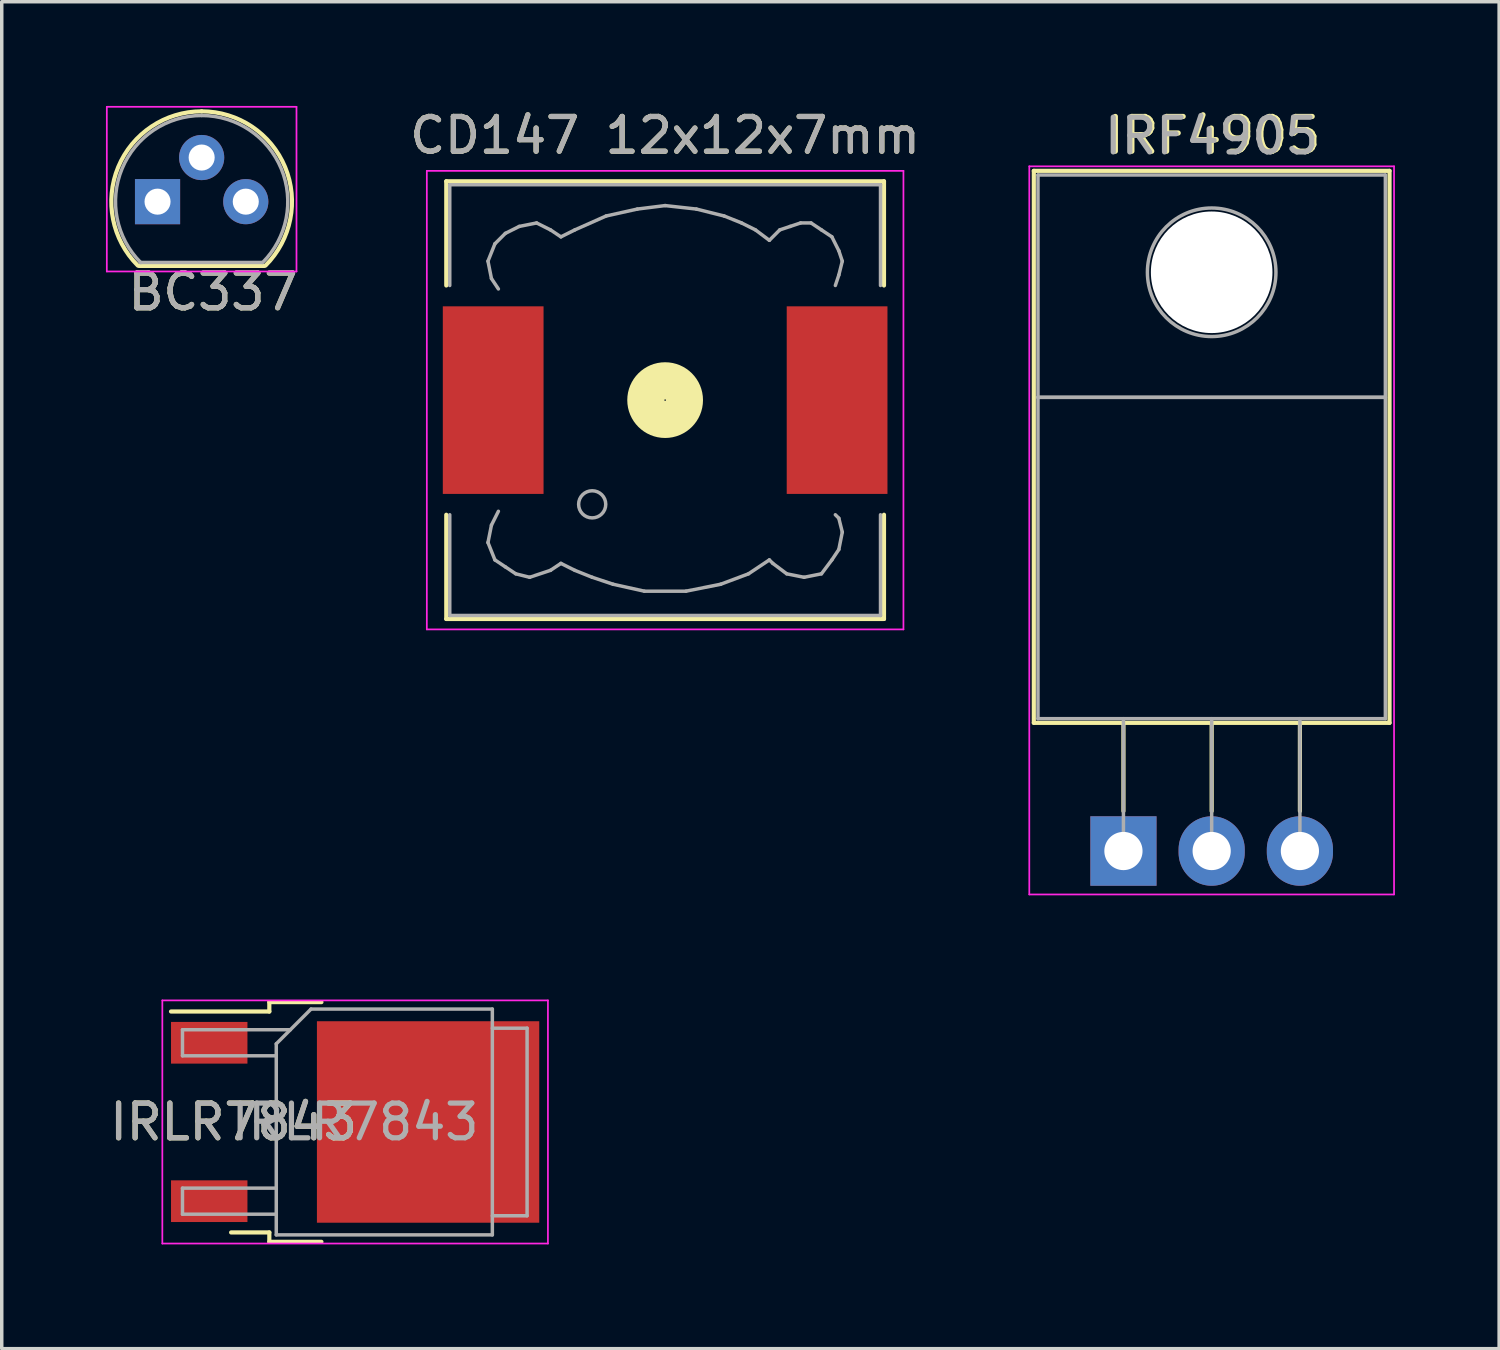
<source format=kicad_pcb>
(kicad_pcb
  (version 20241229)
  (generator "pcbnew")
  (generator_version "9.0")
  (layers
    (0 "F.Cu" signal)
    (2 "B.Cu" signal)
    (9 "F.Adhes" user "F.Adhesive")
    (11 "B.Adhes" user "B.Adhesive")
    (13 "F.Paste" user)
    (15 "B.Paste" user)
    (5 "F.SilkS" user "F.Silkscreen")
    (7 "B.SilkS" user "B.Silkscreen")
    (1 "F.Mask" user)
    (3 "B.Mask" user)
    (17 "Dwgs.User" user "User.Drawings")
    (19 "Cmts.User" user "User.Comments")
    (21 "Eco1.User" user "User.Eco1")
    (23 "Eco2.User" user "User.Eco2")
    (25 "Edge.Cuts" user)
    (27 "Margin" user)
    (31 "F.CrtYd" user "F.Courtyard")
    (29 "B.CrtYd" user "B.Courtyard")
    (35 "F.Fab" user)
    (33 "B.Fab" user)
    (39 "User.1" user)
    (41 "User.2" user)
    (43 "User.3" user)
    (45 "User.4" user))
  (footprint "BC337"
    (layer "F.Cu")
    (at 1.485 2.755)
    (property "Reference" "BC337" (at 1.6 2.6 0) (unlocked yes) (layer "F.SilkS") (effects (font (size 1 1) (thickness 0.15))))
    (attr through_hole)
    (fp_line (start -0.53 1.85) (end 3.07 1.85) (stroke (width 0.12) (type solid)) (layer "F.SilkS"))
    (fp_arc (start -0.568478 1.838478) (mid -1.132087 -0.994977) (end 1.27 -2.6) (stroke (width 0.12) (type solid)) (layer "F.SilkS"))
    (fp_arc (start 1.27 -2.6) (mid 3.672087 -0.994977) (end 3.108478 1.838478) (stroke (width 0.12) (type solid)) (layer "F.SilkS"))
    (fp_line (start -1.46 -2.73) (end -1.46 2.01) (stroke (width 0.05) (type solid)) (layer "F.CrtYd"))
    (fp_line (start -1.46 -2.73) (end 4 -2.73) (stroke (width 0.05) (type solid)) (layer "F.CrtYd"))
    (fp_line (start 4 2.01) (end -1.46 2.01) (stroke (width 0.05) (type solid)) (layer "F.CrtYd"))
    (fp_line (start 4 2.01) (end 4 -2.73) (stroke (width 0.05) (type solid)) (layer "F.CrtYd"))
    (fp_line (start -0.5 1.75) (end 3 1.75) (stroke (width 0.1) (type solid)) (layer "F.Fab"))
    (fp_arc (start -0.483625 1.753625) (mid -1.021221 -0.949055) (end 1.27 -2.48) (stroke (width 0.1) (type solid)) (layer "F.Fab"))
    (fp_arc (start 1.27 -2.48) (mid 3.561221 -0.949055) (end 3.023625 1.753625) (stroke (width 0.1) (type solid)) (layer "F.Fab"))
    (fp_text user "${REFERENCE}" (at 1.6 2.6 0) (layer "F.Fab") (effects (font (size 1 1) (thickness 0.15))))
    (pad "1" thru_hole rect (at 0 0) (size 1.3 1.3) (drill 0.75) (layers "*.Cu" "*.Mask"))
    (pad "2" thru_hole circle (at 1.27 -1.27) (size 1.3 1.3) (drill 0.75) (layers "*.Cu" "*.Mask"))
    (pad "3" thru_hole circle (at 2.54 0) (size 1.3 1.3) (drill 0.75) (layers "*.Cu" "*.Mask")))
  (footprint "IRF4905"
    (layer "F.Cu")
    (at 29.29 21.448)
    (property "Reference" "IRF4905" (at 2.6 -20.6 0) (layer "F.SilkS") (effects (font (size 1 1) (thickness 0.15))))
    (attr through_hole)
    (fp_line (start -2.58 -19.58) (end -2.58 -3.69) (stroke (width 0.12) (type solid)) (layer "F.SilkS"))
    (fp_line (start -2.58 -19.58) (end 7.66 -19.58) (stroke (width 0.12) (type solid)) (layer "F.SilkS"))
    (fp_line (start -2.58 -3.69) (end 7.66 -3.69) (stroke (width 0.12) (type solid)) (layer "F.SilkS"))
    (fp_line (start 0 -3.69) (end 0 -1.15) (stroke (width 0.12) (type solid)) (layer "F.SilkS"))
    (fp_line (start 2.54 -3.69) (end 2.54 -1.15) (stroke (width 0.12) (type solid)) (layer "F.SilkS"))
    (fp_line (start 5.08 -3.69) (end 5.08 -1.15) (stroke (width 0.12) (type solid)) (layer "F.SilkS"))
    (fp_line (start 7.66 -19.58) (end 7.66 -3.69) (stroke (width 0.12) (type solid)) (layer "F.SilkS"))
    (fp_line (start -2.71 -19.71) (end -2.71 1.25) (stroke (width 0.05) (type solid)) (layer "F.CrtYd"))
    (fp_line (start -2.71 1.25) (end 7.79 1.25) (stroke (width 0.05) (type solid)) (layer "F.CrtYd"))
    (fp_line (start 7.79 -19.71) (end -2.71 -19.71) (stroke (width 0.05) (type solid)) (layer "F.CrtYd"))
    (fp_line (start 7.79 1.25) (end 7.79 -19.71) (stroke (width 0.05) (type solid)) (layer "F.CrtYd"))
    (fp_line (start -2.46 -19.46) (end 7.54 -19.46) (stroke (width 0.1) (type solid)) (layer "F.Fab"))
    (fp_line (start -2.46 -13.06) (end -2.46 -19.46) (stroke (width 0.1) (type solid)) (layer "F.Fab"))
    (fp_line (start -2.46 -13.06) (end 7.54 -13.06) (stroke (width 0.1) (type solid)) (layer "F.Fab"))
    (fp_line (start -2.46 -3.81) (end -2.46 -13.06) (stroke (width 0.1) (type solid)) (layer "F.Fab"))
    (fp_line (start 0 -3.81) (end 0 0) (stroke (width 0.1) (type solid)) (layer "F.Fab"))
    (fp_line (start 2.54 -3.81) (end 2.54 0) (stroke (width 0.1) (type solid)) (layer "F.Fab"))
    (fp_line (start 5.08 -3.81) (end 5.08 0) (stroke (width 0.1) (type solid)) (layer "F.Fab"))
    (fp_line (start 7.54 -19.46) (end 7.54 -13.06) (stroke (width 0.1) (type solid)) (layer "F.Fab"))
    (fp_line (start 7.54 -13.06) (end -2.46 -13.06) (stroke (width 0.1) (type solid)) (layer "F.Fab"))
    (fp_line (start 7.54 -13.06) (end 7.54 -3.81) (stroke (width 0.1) (type solid)) (layer "F.Fab"))
    (fp_line (start 7.54 -3.81) (end -2.46 -3.81) (stroke (width 0.1) (type solid)) (layer "F.Fab"))
    (fp_circle (center 2.54 -16.66) (end 4.39 -16.66) (stroke (width 0.1) (type solid)) (fill no) (layer "F.Fab"))
    (fp_text user "${REFERENCE}" (at 2.54 -20.58 0) (layer "F.Fab") (effects (font (size 1 1) (thickness 0.15))))
    (pad "" np_thru_hole oval (at 2.54 -16.66) (size 3.5 3.5) (drill 3.5) (layers "*.Cu" "*.Mask"))
    (pad "1" thru_hole rect (at 0 0) (size 1.905 2) (drill 1.1) (layers "*.Cu" "*.Mask"))
    (pad "2" thru_hole oval (at 2.54 0) (size 1.905 2) (drill 1.1) (layers "*.Cu" "*.Mask"))
    (pad "3" thru_hole oval (at 5.08 0) (size 1.905 2) (drill 1.1) (layers "*.Cu" "*.Mask")))
  (footprint "CD147 12x12x7mm"
    (layer "F.Cu")
    (at 16.097 8.468)
    (property "Reference" "CD147 12x12x7mm" (at 0 -7.62 0) (unlocked yes) (layer "F.SilkS") (effects (font (size 1 1) (thickness 0.15))))
    (attr smd)
    (fp_line (start -6.3 -6.3) (end 6.3 -6.3) (stroke (width 0.12) (type solid)) (layer "F.SilkS"))
    (fp_line (start -6.3 -3.3) (end -6.3 -6.3) (stroke (width 0.12) (type solid)) (layer "F.SilkS"))
    (fp_line (start -6.3 6.3) (end -6.3 3.3) (stroke (width 0.12) (type solid)) (layer "F.SilkS"))
    (fp_line (start 6.3 -6.3) (end 6.3 -3.3) (stroke (width 0.12) (type solid)) (layer "F.SilkS"))
    (fp_line (start 6.3 3.3) (end 6.3 6.3) (stroke (width 0.12) (type solid)) (layer "F.SilkS"))
    (fp_line (start 6.3 6.3) (end -6.3 6.3) (stroke (width 0.12) (type solid)) (layer "F.SilkS"))
    (fp_circle (center 0 0) (end 0.212 0) (stroke (width 0.38) (type solid)) (fill no) (layer "F.SilkS"))
    (fp_circle (center 0 0) (end 0.55 0) (stroke (width 0.38) (type solid)) (fill no) (layer "F.SilkS"))
    (fp_circle (center 0 0) (end 0.9 0) (stroke (width 0.38) (type solid)) (fill no) (layer "F.SilkS"))
    (fp_line (start -6.86 -6.6) (end 6.86 -6.6) (stroke (width 0.05) (type solid)) (layer "F.CrtYd"))
    (fp_line (start -6.86 6.6) (end -6.86 -6.6) (stroke (width 0.05) (type solid)) (layer "F.CrtYd"))
    (fp_line (start 6.86 -6.6) (end 6.86 6.6) (stroke (width 0.05) (type solid)) (layer "F.CrtYd"))
    (fp_line (start 6.86 6.6) (end -6.86 6.6) (stroke (width 0.05) (type solid)) (layer "F.CrtYd"))
    (fp_line (start -6.2 -6.2) (end -6.2 -3.3) (stroke (width 0.1) (type solid)) (layer "F.Fab"))
    (fp_line (start -6.2 3.3) (end -6.2 6.2) (stroke (width 0.1) (type solid)) (layer "F.Fab"))
    (fp_line (start -6.2 6.2) (end 6.2 6.2) (stroke (width 0.1) (type solid)) (layer "F.Fab"))
    (fp_line (start -5.1 -4) (end -5 -3.5) (stroke (width 0.1) (type solid)) (layer "F.Fab"))
    (fp_line (start -5.1 4.1) (end -5 3.6) (stroke (width 0.1) (type solid)) (layer "F.Fab"))
    (fp_line (start -5 -3.5) (end -4.8 -3.2) (stroke (width 0.1) (type solid)) (layer "F.Fab"))
    (fp_line (start -5 3.6) (end -4.8 3.2) (stroke (width 0.1) (type solid)) (layer "F.Fab"))
    (fp_line (start -4.9 -4.5) (end -5.1 -4) (stroke (width 0.1) (type solid)) (layer "F.Fab"))
    (fp_line (start -4.9 4.6) (end -5.1 4.1) (stroke (width 0.1) (type solid)) (layer "F.Fab"))
    (fp_line (start -4.6 -4.8) (end -4.9 -4.5) (stroke (width 0.1) (type solid)) (layer "F.Fab"))
    (fp_line (start -4.6 4.8) (end -4.9 4.6) (stroke (width 0.1) (type solid)) (layer "F.Fab"))
    (fp_line (start -4.3 5) (end -4.6 4.8) (stroke (width 0.1) (type solid)) (layer "F.Fab"))
    (fp_line (start -4.2 -5) (end -4.6 -4.8) (stroke (width 0.1) (type solid)) (layer "F.Fab"))
    (fp_line (start -3.9 5.1) (end -4.3 5) (stroke (width 0.1) (type solid)) (layer "F.Fab"))
    (fp_line (start -3.7 -5.1) (end -4.2 -5) (stroke (width 0.1) (type solid)) (layer "F.Fab"))
    (fp_line (start -3.3 -4.9) (end -3.7 -5.1) (stroke (width 0.1) (type solid)) (layer "F.Fab"))
    (fp_line (start -3.3 4.9) (end -3.9 5.1) (stroke (width 0.1) (type solid)) (layer "F.Fab"))
    (fp_line (start -3 -4.7) (end -3.3 -4.9) (stroke (width 0.1) (type solid)) (layer "F.Fab"))
    (fp_line (start -3 4.7) (end -3.3 4.9) (stroke (width 0.1) (type solid)) (layer "F.Fab"))
    (fp_line (start -2.6 -4.9) (end -3 -4.7) (stroke (width 0.1) (type solid)) (layer "F.Fab"))
    (fp_line (start -2.6 4.9) (end -3 4.7) (stroke (width 0.1) (type solid)) (layer "F.Fab"))
    (fp_line (start -2.1 5.1) (end -2.6 4.9) (stroke (width 0.1) (type solid)) (layer "F.Fab"))
    (fp_line (start -1.7 -5.3) (end -2.6 -4.9) (stroke (width 0.1) (type solid)) (layer "F.Fab"))
    (fp_line (start -1.5 5.3) (end -2.1 5.1) (stroke (width 0.1) (type solid)) (layer "F.Fab"))
    (fp_line (start -0.8 -5.5) (end -1.7 -5.3) (stroke (width 0.1) (type solid)) (layer "F.Fab"))
    (fp_line (start -0.6 5.5) (end -1.5 5.3) (stroke (width 0.1) (type solid)) (layer "F.Fab"))
    (fp_line (start 0 -5.6) (end -0.8 -5.5) (stroke (width 0.1) (type solid)) (layer "F.Fab"))
    (fp_line (start 0.6 5.5) (end -0.6 5.5) (stroke (width 0.1) (type solid)) (layer "F.Fab"))
    (fp_line (start 0.9 -5.5) (end 0 -5.6) (stroke (width 0.1) (type solid)) (layer "F.Fab"))
    (fp_line (start 1.6 5.3) (end 0.6 5.5) (stroke (width 0.1) (type solid)) (layer "F.Fab"))
    (fp_line (start 1.7 -5.3) (end 0.9 -5.5) (stroke (width 0.1) (type solid)) (layer "F.Fab"))
    (fp_line (start 2.2 -5.1) (end 1.7 -5.3) (stroke (width 0.1) (type solid)) (layer "F.Fab"))
    (fp_line (start 2.4 5) (end 1.6 5.3) (stroke (width 0.1) (type solid)) (layer "F.Fab"))
    (fp_line (start 2.6 -4.9) (end 2.2 -5.1) (stroke (width 0.1) (type solid)) (layer "F.Fab"))
    (fp_line (start 3 -4.6) (end 2.6 -4.9) (stroke (width 0.1) (type solid)) (layer "F.Fab"))
    (fp_line (start 3 4.6) (end 2.4 5) (stroke (width 0.1) (type solid)) (layer "F.Fab"))
    (fp_line (start 3.1 4.7) (end 3 4.6) (stroke (width 0.1) (type solid)) (layer "F.Fab"))
    (fp_line (start 3.3 -4.9) (end 3 -4.6) (stroke (width 0.1) (type solid)) (layer "F.Fab"))
    (fp_line (start 3.5 5) (end 3.1 4.7) (stroke (width 0.1) (type solid)) (layer "F.Fab"))
    (fp_line (start 3.6 -5) (end 3.3 -4.9) (stroke (width 0.1) (type solid)) (layer "F.Fab"))
    (fp_line (start 3.9 -5.1) (end 3.6 -5) (stroke (width 0.1) (type solid)) (layer "F.Fab"))
    (fp_line (start 4 5.1) (end 3.5 5) (stroke (width 0.1) (type solid)) (layer "F.Fab"))
    (fp_line (start 4.2 -5.1) (end 3.9 -5.1) (stroke (width 0.1) (type solid)) (layer "F.Fab"))
    (fp_line (start 4.5 -4.9) (end 4.2 -5.1) (stroke (width 0.1) (type solid)) (layer "F.Fab"))
    (fp_line (start 4.5 5) (end 4 5.1) (stroke (width 0.1) (type solid)) (layer "F.Fab"))
    (fp_line (start 4.8 -4.7) (end 4.5 -4.9) (stroke (width 0.1) (type solid)) (layer "F.Fab"))
    (fp_line (start 4.8 4.6) (end 4.5 5) (stroke (width 0.1) (type solid)) (layer "F.Fab"))
    (fp_line (start 4.9 -3.3) (end 5 -3.6) (stroke (width 0.1) (type solid)) (layer "F.Fab"))
    (fp_line (start 4.9 3.3) (end 5 3.4) (stroke (width 0.1) (type solid)) (layer "F.Fab"))
    (fp_line (start 5 -4.3) (end 4.8 -4.7) (stroke (width 0.1) (type solid)) (layer "F.Fab"))
    (fp_line (start 5 -3.6) (end 5.1 -4) (stroke (width 0.1) (type solid)) (layer "F.Fab"))
    (fp_line (start 5 3.4) (end 5.1 3.8) (stroke (width 0.1) (type solid)) (layer "F.Fab"))
    (fp_line (start 5 4.3) (end 4.8 4.6) (stroke (width 0.1) (type solid)) (layer "F.Fab"))
    (fp_line (start 5.1 -4) (end 5 -4.3) (stroke (width 0.1) (type solid)) (layer "F.Fab"))
    (fp_line (start 5.1 3.8) (end 5 4.3) (stroke (width 0.1) (type solid)) (layer "F.Fab"))
    (fp_line (start 6.2 -6.2) (end -6.2 -6.2) (stroke (width 0.1) (type solid)) (layer "F.Fab"))
    (fp_line (start 6.2 -6.2) (end 6.2 -3.3) (stroke (width 0.1) (type solid)) (layer "F.Fab"))
    (fp_line (start 6.2 6.2) (end 6.2 3.3) (stroke (width 0.1) (type solid)) (layer "F.Fab"))
    (fp_circle (center -2.1 3) (end -1.8 3.25) (stroke (width 0.1) (type solid)) (fill no) (layer "F.Fab"))
    (fp_text user "${REFERENCE}" (at 0 -7.62 0) (layer "F.Fab") (effects (font (size 1 1) (thickness 0.15))))
    (pad "1" smd rect (at -4.95 0) (size 2.9 5.4) (layers "F.Cu" "F.Mask" "F.Paste"))
    (pad "2" smd rect (at 4.95 0) (size 2.9 5.4) (layers "F.Cu" "F.Mask" "F.Paste")))
  (footprint "IRLR7843"
    (layer "F.Cu")
    (at 9.273 29.248)
    (property "Reference" "IRLR7843" (at -5.6 0 0) (unlocked yes) (layer "F.SilkS") (effects (font (size 1 1) (thickness 0.15))))
    (attr smd)
    (fp_line (start -4.57 -3.45) (end -4.57 -3.18) (stroke (width 0.12) (type solid)) (layer "F.SilkS"))
    (fp_line (start -4.57 -3.18) (end -7.4 -3.18) (stroke (width 0.12) (type solid)) (layer "F.SilkS"))
    (fp_line (start -4.57 3.18) (end -5.67 3.18) (stroke (width 0.12) (type solid)) (layer "F.SilkS"))
    (fp_line (start -4.57 3.45) (end -4.57 3.18) (stroke (width 0.12) (type solid)) (layer "F.SilkS"))
    (fp_line (start -3.07 -3.45) (end -4.57 -3.45) (stroke (width 0.12) (type solid)) (layer "F.SilkS"))
    (fp_line (start -3.07 3.45) (end -4.57 3.45) (stroke (width 0.12) (type solid)) (layer "F.SilkS"))
    (fp_line (start -7.65 -3.5) (end -7.65 3.5) (stroke (width 0.05) (type solid)) (layer "F.CrtYd"))
    (fp_line (start -7.65 3.5) (end 3.45 3.5) (stroke (width 0.05) (type solid)) (layer "F.CrtYd"))
    (fp_line (start 3.45 -3.5) (end -7.65 -3.5) (stroke (width 0.05) (type solid)) (layer "F.CrtYd"))
    (fp_line (start 3.45 3.5) (end 3.45 -3.5) (stroke (width 0.05) (type solid)) (layer "F.CrtYd"))
    (fp_line (start -7.07 -2.655) (end -7.07 -1.905) (stroke (width 0.1) (type solid)) (layer "F.Fab"))
    (fp_line (start -7.07 -1.905) (end -4.37 -1.905) (stroke (width 0.1) (type solid)) (layer "F.Fab"))
    (fp_line (start -7.07 1.905) (end -7.07 2.655) (stroke (width 0.1) (type solid)) (layer "F.Fab"))
    (fp_line (start -7.07 2.655) (end -4.37 2.655) (stroke (width 0.1) (type solid)) (layer "F.Fab"))
    (fp_line (start -4.37 -2.25) (end -3.37 -3.25) (stroke (width 0.1) (type solid)) (layer "F.Fab"))
    (fp_line (start -4.37 1.905) (end -7.07 1.905) (stroke (width 0.1) (type solid)) (layer "F.Fab"))
    (fp_line (start -4.37 3.25) (end -4.37 -2.25) (stroke (width 0.1) (type solid)) (layer "F.Fab"))
    (fp_line (start -3.965 -2.655) (end -7.07 -2.655) (stroke (width 0.1) (type solid)) (layer "F.Fab"))
    (fp_line (start -3.37 -3.25) (end 1.85 -3.25) (stroke (width 0.1) (type solid)) (layer "F.Fab"))
    (fp_line (start 1.85 -3.25) (end 1.85 3.25) (stroke (width 0.1) (type solid)) (layer "F.Fab"))
    (fp_line (start 1.85 -2.7) (end 2.85 -2.7) (stroke (width 0.1) (type solid)) (layer "F.Fab"))
    (fp_line (start 1.85 3.25) (end -4.37 3.25) (stroke (width 0.1) (type solid)) (layer "F.Fab"))
    (fp_line (start 2.85 -2.7) (end 2.85 2.7) (stroke (width 0.1) (type solid)) (layer "F.Fab"))
    (fp_line (start 2.85 2.7) (end 1.85 2.7) (stroke (width 0.1) (type solid)) (layer "F.Fab"))
    (fp_text user "${REFERENCE}" (at -5.6 0 0) (unlocked yes) (layer "F.Fab") (effects (font (size 1 1) (thickness 0.15))))
    (fp_text user "${REFERENCE}" (at -2.1 0 0) (layer "F.Fab") (effects (font (size 1 1) (thickness 0.15))))
    (pad "" smd rect (at -1.675 -1.525) (size 3.05 2.75) (layers "F.Paste"))
    (pad "" smd rect (at -1.675 1.525) (size 3.05 2.75) (layers "F.Paste"))
    (pad "" smd rect (at 1.675 -1.525) (size 3.05 2.75) (layers "F.Paste"))
    (pad "" smd rect (at 1.675 1.525) (size 3.05 2.75) (layers "F.Paste"))
    (pad "1" smd rect (at -6.3 -2.28) (size 2.2 1.2) (layers "F.Cu" "F.Mask" "F.Paste"))
    (pad "2" smd rect (at 0 0) (size 6.4 5.8) (layers "F.Cu" "F.Mask"))
    (pad "3" smd rect (at -6.3 2.28) (size 2.2 1.2) (layers "F.Cu" "F.Mask" "F.Paste")))
  (gr_rect
    (start -3 -3)
    (end 40.105 35.773)
    (stroke (width 0.1) (type default))
    (fill no)
    (layer "Edge.Cuts")))
</source>
